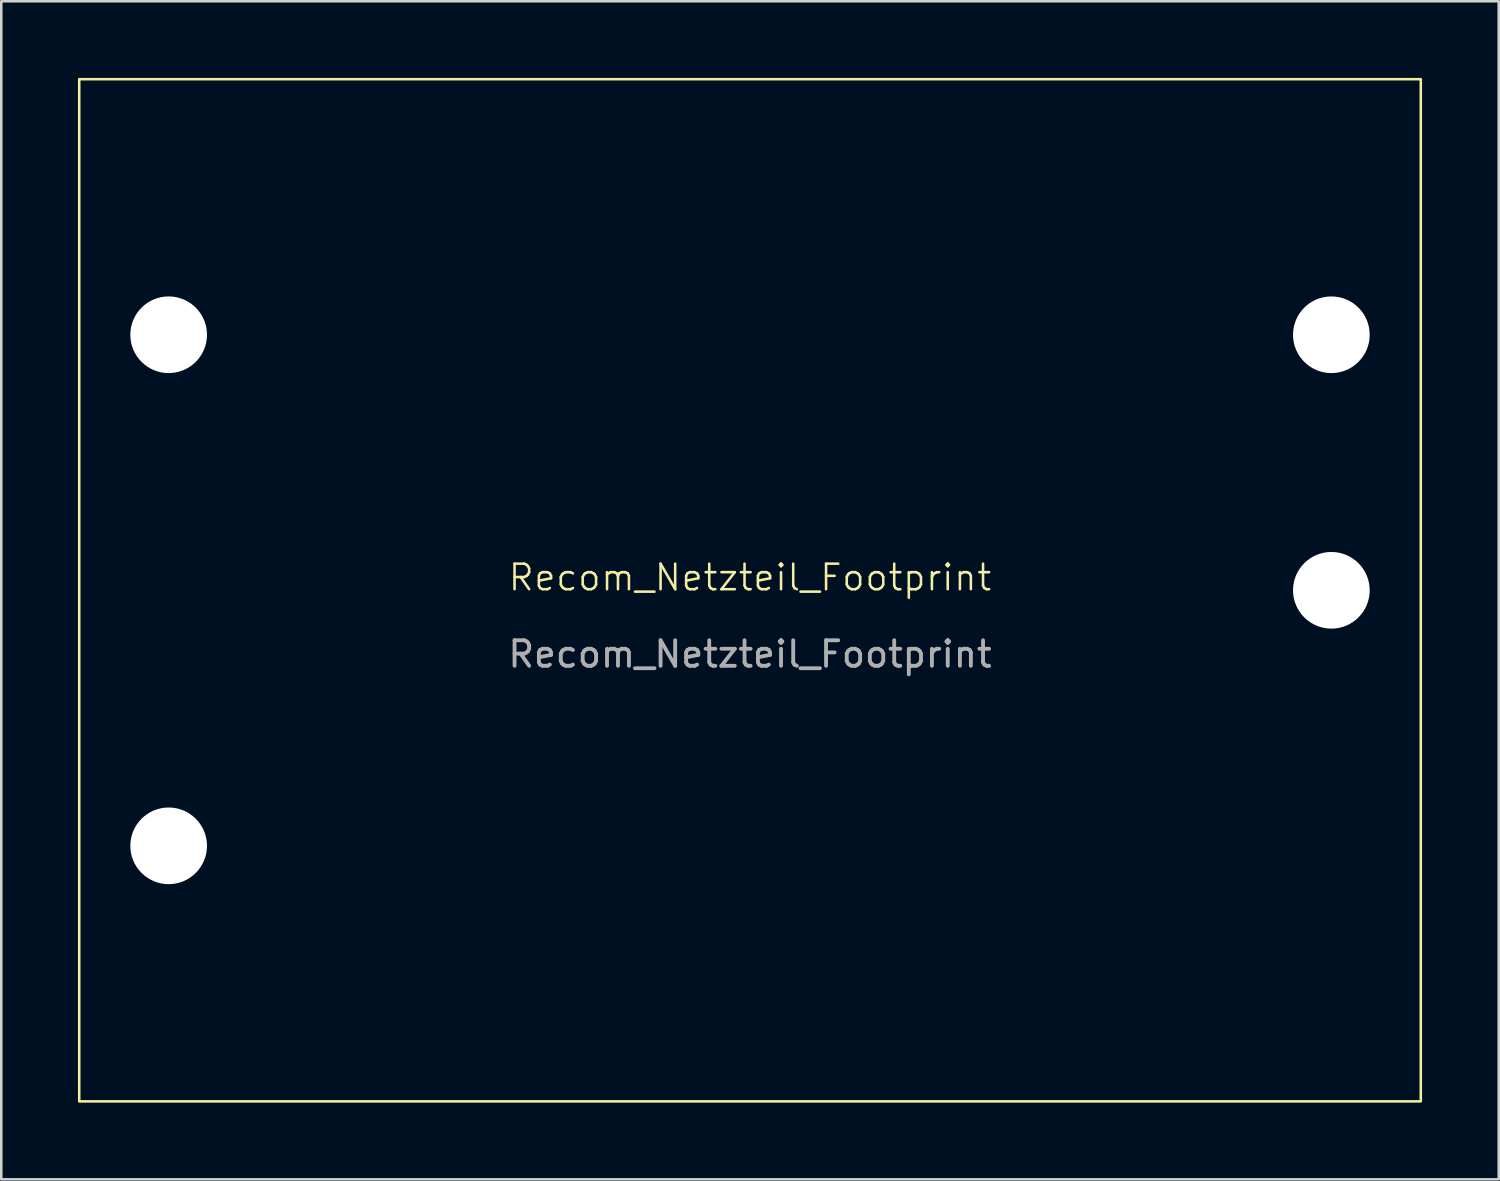
<source format=kicad_pcb>
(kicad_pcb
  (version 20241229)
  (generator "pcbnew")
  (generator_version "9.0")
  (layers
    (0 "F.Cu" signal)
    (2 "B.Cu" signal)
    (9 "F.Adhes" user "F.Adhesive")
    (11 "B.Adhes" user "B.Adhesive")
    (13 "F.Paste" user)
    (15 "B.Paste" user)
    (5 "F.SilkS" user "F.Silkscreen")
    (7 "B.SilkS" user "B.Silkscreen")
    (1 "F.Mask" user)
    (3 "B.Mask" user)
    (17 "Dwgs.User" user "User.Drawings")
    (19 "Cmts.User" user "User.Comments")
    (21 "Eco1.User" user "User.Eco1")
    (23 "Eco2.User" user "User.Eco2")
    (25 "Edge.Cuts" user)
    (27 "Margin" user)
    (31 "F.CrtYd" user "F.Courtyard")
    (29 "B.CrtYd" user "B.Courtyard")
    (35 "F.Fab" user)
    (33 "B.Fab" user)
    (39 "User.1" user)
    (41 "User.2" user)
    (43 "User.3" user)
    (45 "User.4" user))
  (footprint "Recom_Netzteil_Footprint"
    (layer "F.Cu")
    (at 26.3 20.05)
    (property "Reference" "Recom_Netzteil_Footprint" (at 0 -0.5 0) (unlocked yes) (layer "F.SilkS") (effects (font (size 1 1) (thickness 0.1))))
    (attr smd)
    (fp_rect (start -26.25 -20) (end 26.25 20) (stroke (width 0.1) (type default)) (fill no) (layer "F.SilkS"))
    (fp_text user "${REFERENCE}" (at 0 2.5 0) (unlocked yes) (layer "F.Fab") (effects (font (size 1 1) (thickness 0.15))))
    (pad "" np_thru_hole circle (at -22.75 -10) (size 3 3) (drill 3) (layers "*.Cu" "*.Mask"))
    (pad "" np_thru_hole circle (at -22.75 10) (size 3 3) (drill 3) (layers "*.Cu" "*.Mask"))
    (pad "" np_thru_hole circle (at 22.75 -10) (size 3 3) (drill 3) (layers "*.Cu" "*.Mask"))
    (pad "" np_thru_hole circle (at 22.75 0) (size 3 3) (drill 3) (layers "*.Cu" "*.Mask")))
  (gr_rect
    (start -3 -3)
    (end 55.6 43.1)
    (stroke (width 0.1) (type default))
    (fill no)
    (layer "Edge.Cuts")))
</source>
